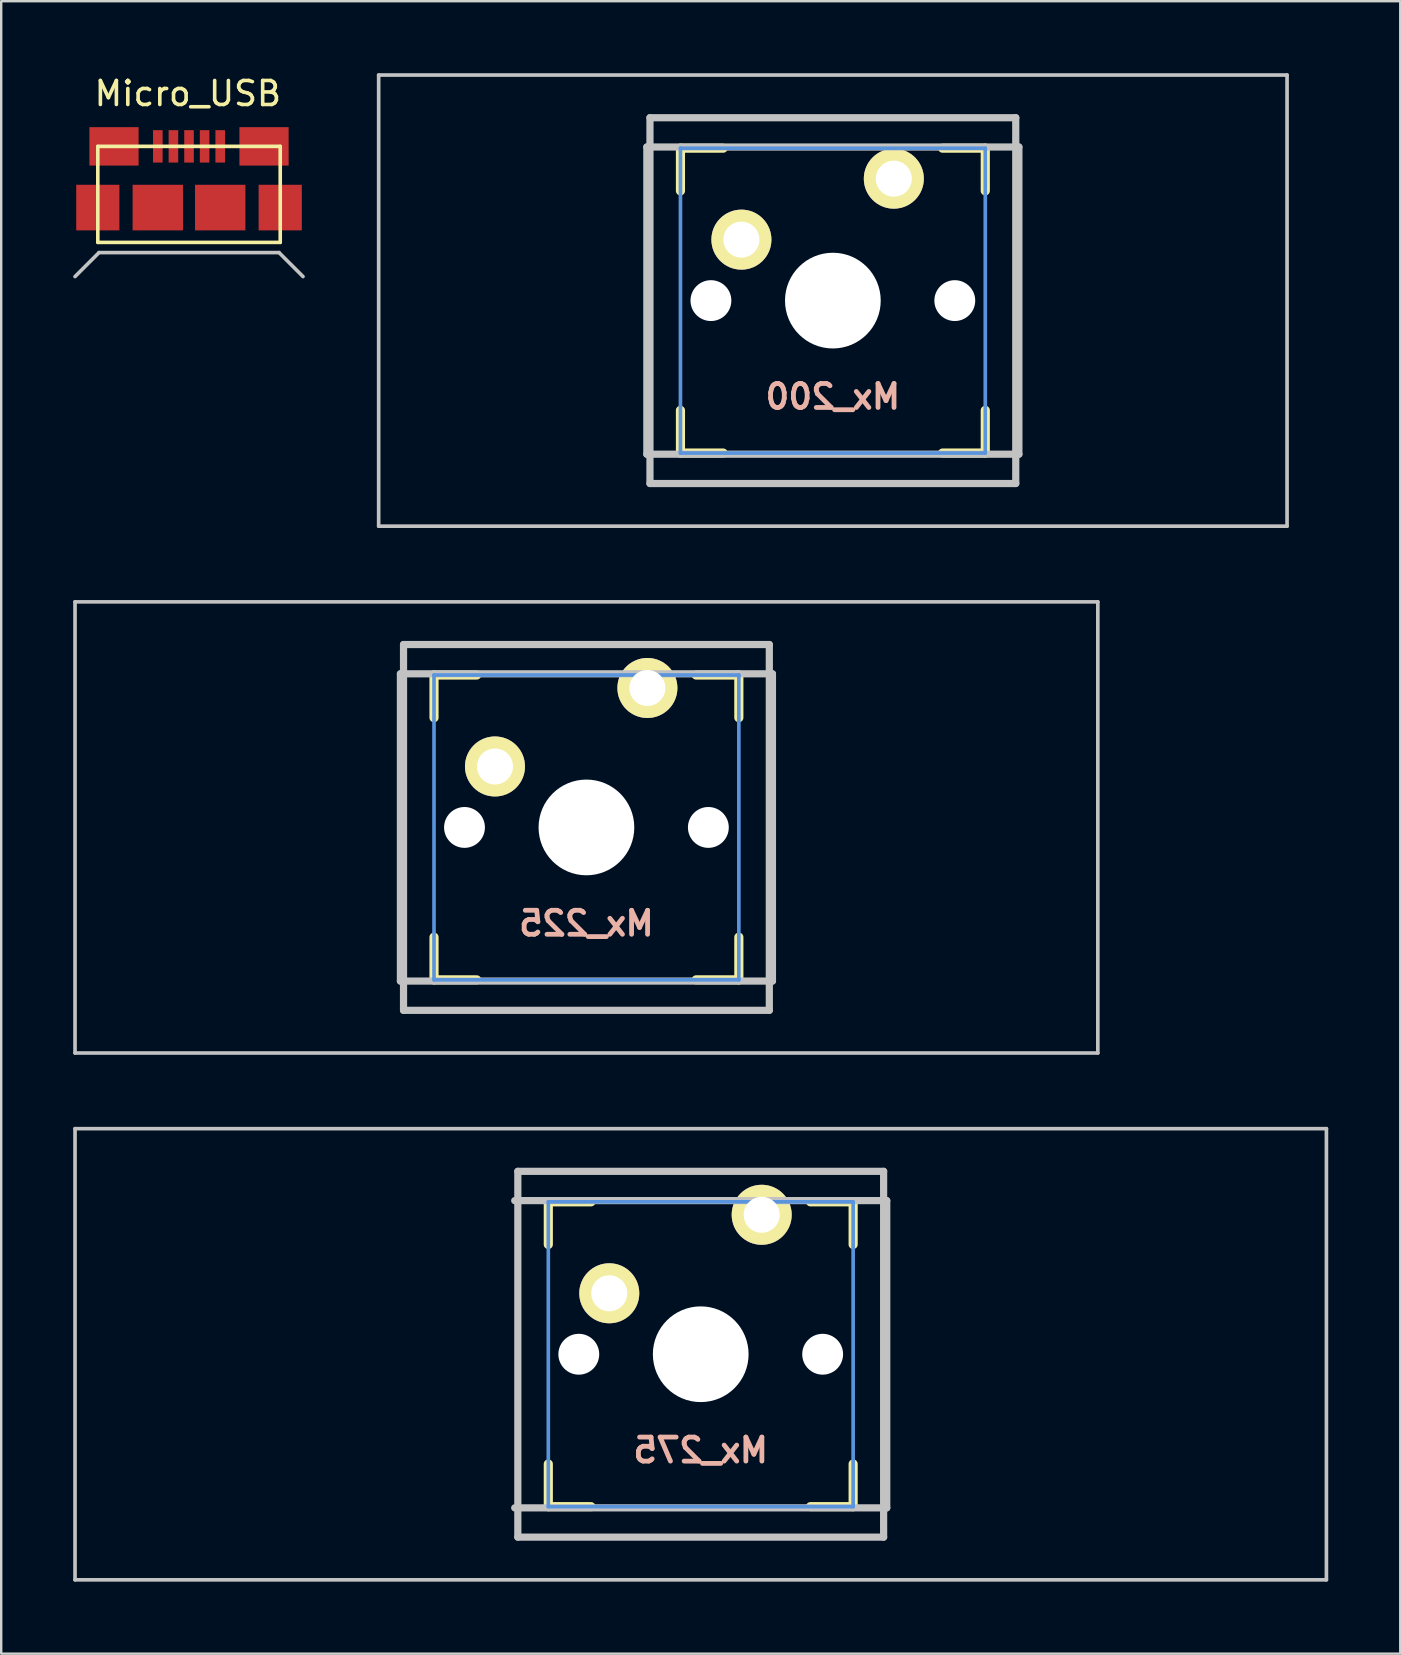
<source format=kicad_pcb>
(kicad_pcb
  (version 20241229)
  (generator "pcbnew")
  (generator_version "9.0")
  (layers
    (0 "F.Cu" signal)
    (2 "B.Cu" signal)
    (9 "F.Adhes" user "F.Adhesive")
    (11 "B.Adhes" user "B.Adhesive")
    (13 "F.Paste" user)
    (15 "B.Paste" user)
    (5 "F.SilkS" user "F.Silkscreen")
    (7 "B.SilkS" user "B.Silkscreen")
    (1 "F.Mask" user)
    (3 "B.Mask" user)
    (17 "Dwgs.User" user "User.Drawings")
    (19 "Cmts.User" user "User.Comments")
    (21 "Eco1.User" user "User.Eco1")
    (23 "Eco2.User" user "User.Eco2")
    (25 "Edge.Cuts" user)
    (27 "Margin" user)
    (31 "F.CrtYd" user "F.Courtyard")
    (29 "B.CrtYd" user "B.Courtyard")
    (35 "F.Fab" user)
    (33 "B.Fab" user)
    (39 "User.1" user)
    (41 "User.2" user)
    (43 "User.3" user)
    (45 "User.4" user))
  (footprint "Micro_USB"
    (layer "F.Cu")
    (at 4.825 3.048)
    (property "Reference" "Micro_USB" (at -0.05 -2.2 0) (layer "F.SilkS") (effects (font (size 1 1) (thickness 0.15))))
    (attr through_hole)
    (fp_line (start -3.8 4) (end -3.8 0) (stroke (width 0.15) (type solid)) (layer "F.SilkS"))
    (fp_line (start -3.8 4) (end 3.8 4) (stroke (width 0.15) (type solid)) (layer "F.SilkS"))
    (fp_line (start 3.8 0) (end -3.8 0) (stroke (width 0.15) (type solid)) (layer "F.SilkS"))
    (fp_line (start 3.8 4) (end 3.8 0) (stroke (width 0.15) (type solid)) (layer "F.SilkS"))
    (fp_line (start -3.75 4.425) (end -4.75 5.425) (stroke (width 0.15) (type solid)) (layer "Dwgs.User"))
    (fp_line (start -3.75 4.425) (end 3.75 4.425) (stroke (width 0.15) (type solid)) (layer "Dwgs.User"))
    (fp_line (start 3.75 4.425) (end 4.75 5.425) (stroke (width 0.15) (type solid)) (layer "Dwgs.User"))
    (pad "1" smd rect (at -1.3 0) (size 0.4 1.35) (layers "F.Cu" "F.Mask" "F.Paste"))
    (pad "2" smd rect (at -0.65 0) (size 0.4 1.35) (layers "F.Cu" "F.Mask" "F.Paste"))
    (pad "3" smd rect (at 0 0) (size 0.4 1.35) (layers "F.Cu" "F.Mask" "F.Paste"))
    (pad "4" smd rect (at 0.65 0) (size 0.4 1.35) (layers "F.Cu" "F.Mask" "F.Paste"))
    (pad "5" smd rect (at 1.3 0) (size 0.4 1.35) (layers "F.Cu" "F.Mask" "F.Paste"))
    (pad "6" smd rect (at -3.8 2.55) (size 1.8 1.9) (layers "F.Cu" "F.Mask" "F.Paste"))
    (pad "6" smd rect (at -3.125 0) (size 2.05 1.6) (layers "F.Cu" "F.Mask" "F.Paste"))
    (pad "6" smd rect (at -1.3 2.55) (size 2.1 1.9) (layers "F.Cu" "F.Mask" "F.Paste"))
    (pad "6" smd rect (at 1.3 2.55) (size 2.1 1.9) (layers "F.Cu" "F.Mask" "F.Paste"))
    (pad "6" smd rect (at 3.125 0) (size 2.05 1.6) (layers "F.Cu" "F.Mask" "F.Paste"))
    (pad "6" smd rect (at 3.8 2.55) (size 1.8 1.9) (layers "F.Cu" "F.Mask" "F.Paste")))
  (footprint "Mx_225"
    (layer "F.Cu")
    (at 21.382 31.423)
    (property "Reference" "Mx_225" (at 0 4 0) (layer "B.SilkS") (effects (font (size 1 1) (thickness 0.2)) (justify mirror)))
    (attr through_hole)
    (fp_line (start -6.35 -6.35) (end -4.572 -6.35) (stroke (width 0.381) (type solid)) (layer "F.SilkS"))
    (fp_line (start -6.35 -4.572) (end -6.35 -6.35) (stroke (width 0.381) (type solid)) (layer "F.SilkS"))
    (fp_line (start -6.35 6.35) (end -6.35 4.572) (stroke (width 0.381) (type solid)) (layer "F.SilkS"))
    (fp_line (start -4.572 6.35) (end -6.35 6.35) (stroke (width 0.381) (type solid)) (layer "F.SilkS"))
    (fp_line (start 4.572 -6.35) (end 6.35 -6.35) (stroke (width 0.381) (type solid)) (layer "F.SilkS"))
    (fp_line (start 6.35 -6.35) (end 6.35 -4.572) (stroke (width 0.381) (type solid)) (layer "F.SilkS"))
    (fp_line (start 6.35 4.572) (end 6.35 6.35) (stroke (width 0.381) (type solid)) (layer "F.SilkS"))
    (fp_line (start 6.35 6.35) (end 4.572 6.35) (stroke (width 0.381) (type solid)) (layer "F.SilkS"))
    (fp_line (start -21.306 -9.398) (end 21.306 -9.398) (stroke (width 0.152) (type solid)) (layer "Dwgs.User"))
    (fp_line (start -21.306 9.398) (end -21.306 -9.398) (stroke (width 0.152) (type solid)) (layer "Dwgs.User"))
    (fp_line (start -7.75 6.4) (end -7.75 -6.4) (stroke (width 0.3) (type solid)) (layer "Dwgs.User"))
    (fp_line (start -7.75 6.4) (end 7.75 6.4) (stroke (width 0.3) (type solid)) (layer "Dwgs.User"))
    (fp_line (start -7.62 -7.62) (end 7.62 -7.62) (stroke (width 0.3) (type solid)) (layer "Dwgs.User"))
    (fp_line (start -7.62 7.62) (end -7.62 -7.62) (stroke (width 0.3) (type solid)) (layer "Dwgs.User"))
    (fp_line (start 7.62 -7.62) (end 7.62 7.62) (stroke (width 0.3) (type solid)) (layer "Dwgs.User"))
    (fp_line (start 7.62 7.62) (end -7.62 7.62) (stroke (width 0.3) (type solid)) (layer "Dwgs.User"))
    (fp_line (start 7.75 -6.4) (end -7.75 -6.4) (stroke (width 0.3) (type solid)) (layer "Dwgs.User"))
    (fp_line (start 7.75 6.4) (end 7.75 -6.4) (stroke (width 0.3) (type solid)) (layer "Dwgs.User"))
    (fp_line (start 21.306 -9.398) (end 21.306 9.398) (stroke (width 0.152) (type solid)) (layer "Dwgs.User"))
    (fp_line (start 21.306 9.398) (end -21.306 9.398) (stroke (width 0.152) (type solid)) (layer "Dwgs.User"))
    (fp_line (start -6.35 -6.35) (end 6.35 -6.35) (stroke (width 0.152) (type solid)) (layer "Cmts.User"))
    (fp_line (start -6.35 6.35) (end -6.35 -6.35) (stroke (width 0.152) (type solid)) (layer "Cmts.User"))
    (fp_line (start 6.35 -6.35) (end 6.35 6.35) (stroke (width 0.152) (type solid)) (layer "Cmts.User"))
    (fp_line (start 6.35 6.35) (end -6.35 6.35) (stroke (width 0.152) (type solid)) (layer "Cmts.User"))
    (fp_line (start -6.985 -6.985) (end 6.985 -6.985) (stroke (width 0.152) (type solid)) (layer "Eco2.User"))
    (fp_line (start -6.985 6.985) (end -6.985 -6.985) (stroke (width 0.152) (type solid)) (layer "Eco2.User"))
    (fp_line (start 6.985 -6.985) (end 6.985 6.985) (stroke (width 0.152) (type solid)) (layer "Eco2.User"))
    (fp_line (start 6.985 6.985) (end -6.985 6.985) (stroke (width 0.152) (type solid)) (layer "Eco2.User"))
    (pad "" np_thru_hole circle (at -5.08 0) (size 1.702 1.702) (drill 1.702) (layers "*.Cu"))
    (pad "" np_thru_hole circle (at 0 0) (size 3.988 3.988) (drill 3.988) (layers "*.Cu"))
    (pad "" np_thru_hole circle (at 5.08 0) (size 1.702 1.702) (drill 1.702) (layers "*.Cu"))
    (pad "1" thru_hole circle (at -3.81 -2.54 330.95) (size 2.5 2.5) (drill 1.5) (layers "*.Cu" "*.Mask" "F.SilkS"))
    (pad "2" thru_hole circle (at 2.54 -5.81 356.1) (size 2.5 2.5) (drill 1.5) (layers "*.Cu" "*.Mask" "F.SilkS")))
  (footprint "Mx_200"
    (layer "F.Cu")
    (at 31.649 9.474)
    (property "Reference" "Mx_200" (at 0 4 0) (layer "B.SilkS") (effects (font (size 1 1) (thickness 0.2)) (justify mirror)))
    (attr through_hole)
    (fp_line (start -6.35 -6.35) (end -4.572 -6.35) (stroke (width 0.381) (type solid)) (layer "F.SilkS"))
    (fp_line (start -6.35 -4.572) (end -6.35 -6.35) (stroke (width 0.381) (type solid)) (layer "F.SilkS"))
    (fp_line (start -6.35 6.35) (end -6.35 4.572) (stroke (width 0.381) (type solid)) (layer "F.SilkS"))
    (fp_line (start -4.572 6.35) (end -6.35 6.35) (stroke (width 0.381) (type solid)) (layer "F.SilkS"))
    (fp_line (start 4.572 -6.35) (end 6.35 -6.35) (stroke (width 0.381) (type solid)) (layer "F.SilkS"))
    (fp_line (start 6.35 -6.35) (end 6.35 -4.572) (stroke (width 0.381) (type solid)) (layer "F.SilkS"))
    (fp_line (start 6.35 4.572) (end 6.35 6.35) (stroke (width 0.381) (type solid)) (layer "F.SilkS"))
    (fp_line (start 6.35 6.35) (end 4.572 6.35) (stroke (width 0.381) (type solid)) (layer "F.SilkS"))
    (fp_line (start -18.923 -9.398) (end 18.923 -9.398) (stroke (width 0.152) (type solid)) (layer "Dwgs.User"))
    (fp_line (start -18.923 9.398) (end -18.923 -9.398) (stroke (width 0.152) (type solid)) (layer "Dwgs.User"))
    (fp_line (start -7.75 6.4) (end -7.75 -6.4) (stroke (width 0.3) (type solid)) (layer "Dwgs.User"))
    (fp_line (start -7.75 6.4) (end 7.75 6.4) (stroke (width 0.3) (type solid)) (layer "Dwgs.User"))
    (fp_line (start -7.62 -7.62) (end 7.62 -7.62) (stroke (width 0.3) (type solid)) (layer "Dwgs.User"))
    (fp_line (start -7.62 7.62) (end -7.62 -7.62) (stroke (width 0.3) (type solid)) (layer "Dwgs.User"))
    (fp_line (start 7.62 -7.62) (end 7.62 7.62) (stroke (width 0.3) (type solid)) (layer "Dwgs.User"))
    (fp_line (start 7.62 7.62) (end -7.62 7.62) (stroke (width 0.3) (type solid)) (layer "Dwgs.User"))
    (fp_line (start 7.75 -6.4) (end -7.75 -6.4) (stroke (width 0.3) (type solid)) (layer "Dwgs.User"))
    (fp_line (start 7.75 6.4) (end 7.75 -6.4) (stroke (width 0.3) (type solid)) (layer "Dwgs.User"))
    (fp_line (start 18.923 -9.398) (end 18.923 9.398) (stroke (width 0.152) (type solid)) (layer "Dwgs.User"))
    (fp_line (start 18.923 9.398) (end -18.923 9.398) (stroke (width 0.152) (type solid)) (layer "Dwgs.User"))
    (fp_line (start -6.35 -6.35) (end 6.35 -6.35) (stroke (width 0.152) (type solid)) (layer "Cmts.User"))
    (fp_line (start -6.35 6.35) (end -6.35 -6.35) (stroke (width 0.152) (type solid)) (layer "Cmts.User"))
    (fp_line (start 6.35 -6.35) (end 6.35 6.35) (stroke (width 0.152) (type solid)) (layer "Cmts.User"))
    (fp_line (start 6.35 6.35) (end -6.35 6.35) (stroke (width 0.152) (type solid)) (layer "Cmts.User"))
    (fp_line (start -6.985 -6.985) (end 6.985 -6.985) (stroke (width 0.152) (type solid)) (layer "Eco2.User"))
    (fp_line (start -6.985 6.985) (end -6.985 -6.985) (stroke (width 0.152) (type solid)) (layer "Eco2.User"))
    (fp_line (start 6.985 -6.985) (end 6.985 6.985) (stroke (width 0.152) (type solid)) (layer "Eco2.User"))
    (fp_line (start 6.985 6.985) (end -6.985 6.985) (stroke (width 0.152) (type solid)) (layer "Eco2.User"))
    (pad "" np_thru_hole circle (at -5.08 0) (size 1.702 1.702) (drill 1.702) (layers "*.Cu"))
    (pad "" np_thru_hole circle (at 0 0) (size 3.988 3.988) (drill 3.988) (layers "*.Cu"))
    (pad "" np_thru_hole circle (at 5.08 0) (size 1.702 1.702) (drill 1.702) (layers "*.Cu"))
    (pad "1" thru_hole circle (at -3.81 -2.54 330.95) (size 2.5 2.5) (drill 1.5) (layers "*.Cu" "*.Mask" "F.SilkS"))
    (pad "2" thru_hole circle (at 2.54 -5.08 356.1) (size 2.5 2.5) (drill 1.5) (layers "*.Cu" "*.Mask" "F.SilkS")))
  (footprint "Mx_275"
    (layer "F.Cu")
    (at 26.144 53.371)
    (property "Reference" "Mx_275" (at 0 4 0) (layer "B.SilkS") (effects (font (size 1 1) (thickness 0.2)) (justify mirror)))
    (attr through_hole)
    (fp_line (start -6.35 -6.35) (end -4.572 -6.35) (stroke (width 0.381) (type solid)) (layer "F.SilkS"))
    (fp_line (start -6.35 -4.572) (end -6.35 -6.35) (stroke (width 0.381) (type solid)) (layer "F.SilkS"))
    (fp_line (start -6.35 6.35) (end -6.35 4.572) (stroke (width 0.381) (type solid)) (layer "F.SilkS"))
    (fp_line (start -4.572 6.35) (end -6.35 6.35) (stroke (width 0.381) (type solid)) (layer "F.SilkS"))
    (fp_line (start 4.572 -6.35) (end 6.35 -6.35) (stroke (width 0.381) (type solid)) (layer "F.SilkS"))
    (fp_line (start 6.35 -6.35) (end 6.35 -4.572) (stroke (width 0.381) (type solid)) (layer "F.SilkS"))
    (fp_line (start 6.35 4.572) (end 6.35 6.35) (stroke (width 0.381) (type solid)) (layer "F.SilkS"))
    (fp_line (start 6.35 6.35) (end 4.572 6.35) (stroke (width 0.381) (type solid)) (layer "F.SilkS"))
    (fp_line (start -26.068 -9.398) (end 26.068 -9.398) (stroke (width 0.152) (type solid)) (layer "Dwgs.User"))
    (fp_line (start -26.068 9.398) (end -26.068 -9.398) (stroke (width 0.152) (type solid)) (layer "Dwgs.User"))
    (fp_line (start -7.75 6.4) (end 7.75 6.4) (stroke (width 0.3) (type solid)) (layer "Dwgs.User"))
    (fp_line (start -7.62 -7.62) (end 7.62 -7.62) (stroke (width 0.3) (type solid)) (layer "Dwgs.User"))
    (fp_line (start -7.62 7.62) (end -7.62 -7.62) (stroke (width 0.3) (type solid)) (layer "Dwgs.User"))
    (fp_line (start 7.62 -7.62) (end 7.62 7.62) (stroke (width 0.3) (type solid)) (layer "Dwgs.User"))
    (fp_line (start 7.62 7.62) (end -7.62 7.62) (stroke (width 0.3) (type solid)) (layer "Dwgs.User"))
    (fp_line (start 7.75 -6.4) (end -7.75 -6.4) (stroke (width 0.3) (type solid)) (layer "Dwgs.User"))
    (fp_line (start 7.75 6.4) (end 7.75 -6.4) (stroke (width 0.3) (type solid)) (layer "Dwgs.User"))
    (fp_line (start 26.068 -9.398) (end 26.068 9.398) (stroke (width 0.152) (type solid)) (layer "Dwgs.User"))
    (fp_line (start 26.068 9.398) (end -26.068 9.398) (stroke (width 0.152) (type solid)) (layer "Dwgs.User"))
    (fp_line (start -6.35 -6.35) (end 6.35 -6.35) (stroke (width 0.152) (type solid)) (layer "Cmts.User"))
    (fp_line (start -6.35 6.35) (end -6.35 -6.35) (stroke (width 0.152) (type solid)) (layer "Cmts.User"))
    (fp_line (start 6.35 -6.35) (end 6.35 6.35) (stroke (width 0.152) (type solid)) (layer "Cmts.User"))
    (fp_line (start 6.35 6.35) (end -6.35 6.35) (stroke (width 0.152) (type solid)) (layer "Cmts.User"))
    (fp_line (start -6.985 -6.985) (end 6.985 -6.985) (stroke (width 0.152) (type solid)) (layer "Eco2.User"))
    (fp_line (start -6.985 6.985) (end -6.985 -6.985) (stroke (width 0.152) (type solid)) (layer "Eco2.User"))
    (fp_line (start 6.985 -6.985) (end 6.985 6.985) (stroke (width 0.152) (type solid)) (layer "Eco2.User"))
    (fp_line (start 6.985 6.985) (end -6.985 6.985) (stroke (width 0.152) (type solid)) (layer "Eco2.User"))
    (pad "" np_thru_hole circle (at -5.08 0) (size 1.702 1.702) (drill 1.702) (layers "*.Cu"))
    (pad "" np_thru_hole circle (at 0 0) (size 3.988 3.988) (drill 3.988) (layers "*.Cu"))
    (pad "" np_thru_hole circle (at 5.08 0) (size 1.702 1.702) (drill 1.702) (layers "*.Cu"))
    (pad "1" thru_hole circle (at -3.81 -2.54 330.95) (size 2.5 2.5) (drill 1.5) (layers "*.Cu" "*.Mask" "F.SilkS"))
    (pad "2" thru_hole circle (at 2.54 -5.81 356.1) (size 2.5 2.5) (drill 1.5) (layers "*.Cu" "*.Mask" "F.SilkS")))
  (gr_rect
    (start -3 -3)
    (end 55.288 65.845)
    (stroke (width 0.1) (type default))
    (fill no)
    (layer "Edge.Cuts")))
</source>
